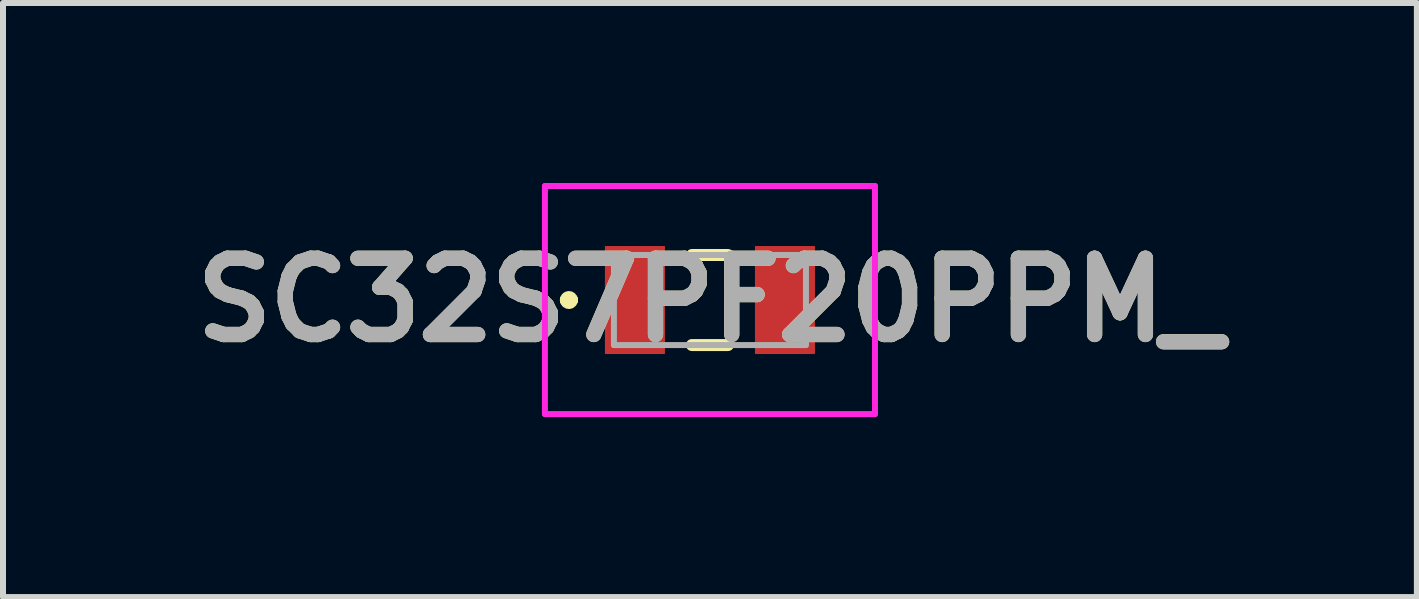
<source format=kicad_pcb>
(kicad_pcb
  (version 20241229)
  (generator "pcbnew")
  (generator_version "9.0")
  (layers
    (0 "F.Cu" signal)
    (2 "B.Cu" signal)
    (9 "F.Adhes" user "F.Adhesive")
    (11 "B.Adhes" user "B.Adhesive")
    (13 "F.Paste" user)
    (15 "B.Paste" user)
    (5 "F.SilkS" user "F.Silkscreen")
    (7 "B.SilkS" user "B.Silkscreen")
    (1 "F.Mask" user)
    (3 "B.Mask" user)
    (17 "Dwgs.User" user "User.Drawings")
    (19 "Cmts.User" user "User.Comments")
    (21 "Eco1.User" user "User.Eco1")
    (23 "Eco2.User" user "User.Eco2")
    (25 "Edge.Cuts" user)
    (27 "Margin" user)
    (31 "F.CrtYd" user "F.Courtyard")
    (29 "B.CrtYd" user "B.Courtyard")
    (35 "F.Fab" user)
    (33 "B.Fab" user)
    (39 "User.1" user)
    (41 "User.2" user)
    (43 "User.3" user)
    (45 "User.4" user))
  (footprint "SC32S7PF20PPM_"
    (layer "F.Cu")
    (at 8.781 1.95)
    (property "Reference" "SC32S7PF20PPM_" (at 0 0 0) (layer "F.SilkS") (effects (font (size 1.27 1.27) (thickness 0.254))))
    (attr smd)
    (fp_line (start -2.4 0) (end -2.4 0) (stroke (width 0.2) (type solid)) (layer "F.SilkS"))
    (fp_line (start -2.4 0) (end -2.3 0) (stroke (width 0.2) (type solid)) (layer "F.SilkS"))
    (fp_line (start -2.3 0) (end -2.3 0) (stroke (width 0.2) (type solid)) (layer "F.SilkS"))
    (fp_line (start -0.3 -0.75) (end 0.3 -0.75) (stroke (width 0.2) (type solid)) (layer "F.SilkS"))
    (fp_line (start -0.3 0.75) (end 0.3 0.75) (stroke (width 0.2) (type solid)) (layer "F.SilkS"))
    (fp_arc (start -2.4 0) (mid -2.35 -0.05) (end -2.3 0) (stroke (width 0.2) (type solid)) (layer "F.SilkS"))
    (fp_arc (start -2.3 0) (mid -2.35 0.05) (end -2.4 0) (stroke (width 0.2) (type solid)) (layer "F.SilkS"))
    (fp_line (start -2.75 -1.9) (end 2.75 -1.9) (stroke (width 0.1) (type solid)) (layer "F.CrtYd"))
    (fp_line (start -2.75 1.9) (end -2.75 -1.9) (stroke (width 0.1) (type solid)) (layer "F.CrtYd"))
    (fp_line (start 2.75 -1.9) (end 2.75 1.9) (stroke (width 0.1) (type solid)) (layer "F.CrtYd"))
    (fp_line (start 2.75 1.9) (end -2.75 1.9) (stroke (width 0.1) (type solid)) (layer "F.CrtYd"))
    (fp_line (start -1.6 -0.75) (end 1.6 -0.75) (stroke (width 0.1) (type solid)) (layer "F.Fab"))
    (fp_line (start -1.6 0.75) (end -1.6 -0.75) (stroke (width 0.1) (type solid)) (layer "F.Fab"))
    (fp_line (start 1.6 -0.75) (end 1.6 0.75) (stroke (width 0.1) (type solid)) (layer "F.Fab"))
    (fp_line (start 1.6 0.75) (end -1.6 0.75) (stroke (width 0.1) (type solid)) (layer "F.Fab"))
    (fp_text user "${REFERENCE}" (at 0 0 0) (layer "F.Fab") (effects (font (size 1.27 1.27) (thickness 0.254))))
    (pad "1" smd rect (at -1.25 0) (size 1 1.8) (layers "F.Cu" "F.Mask" "F.Paste"))
    (pad "2" smd rect (at 1.25 0) (size 1 1.8) (layers "F.Cu" "F.Mask" "F.Paste")))
  (gr_rect
    (start -3 -3)
    (end 20.562 6.9)
    (stroke (width 0.1) (type default))
    (fill no)
    (layer "Edge.Cuts")))
</source>
